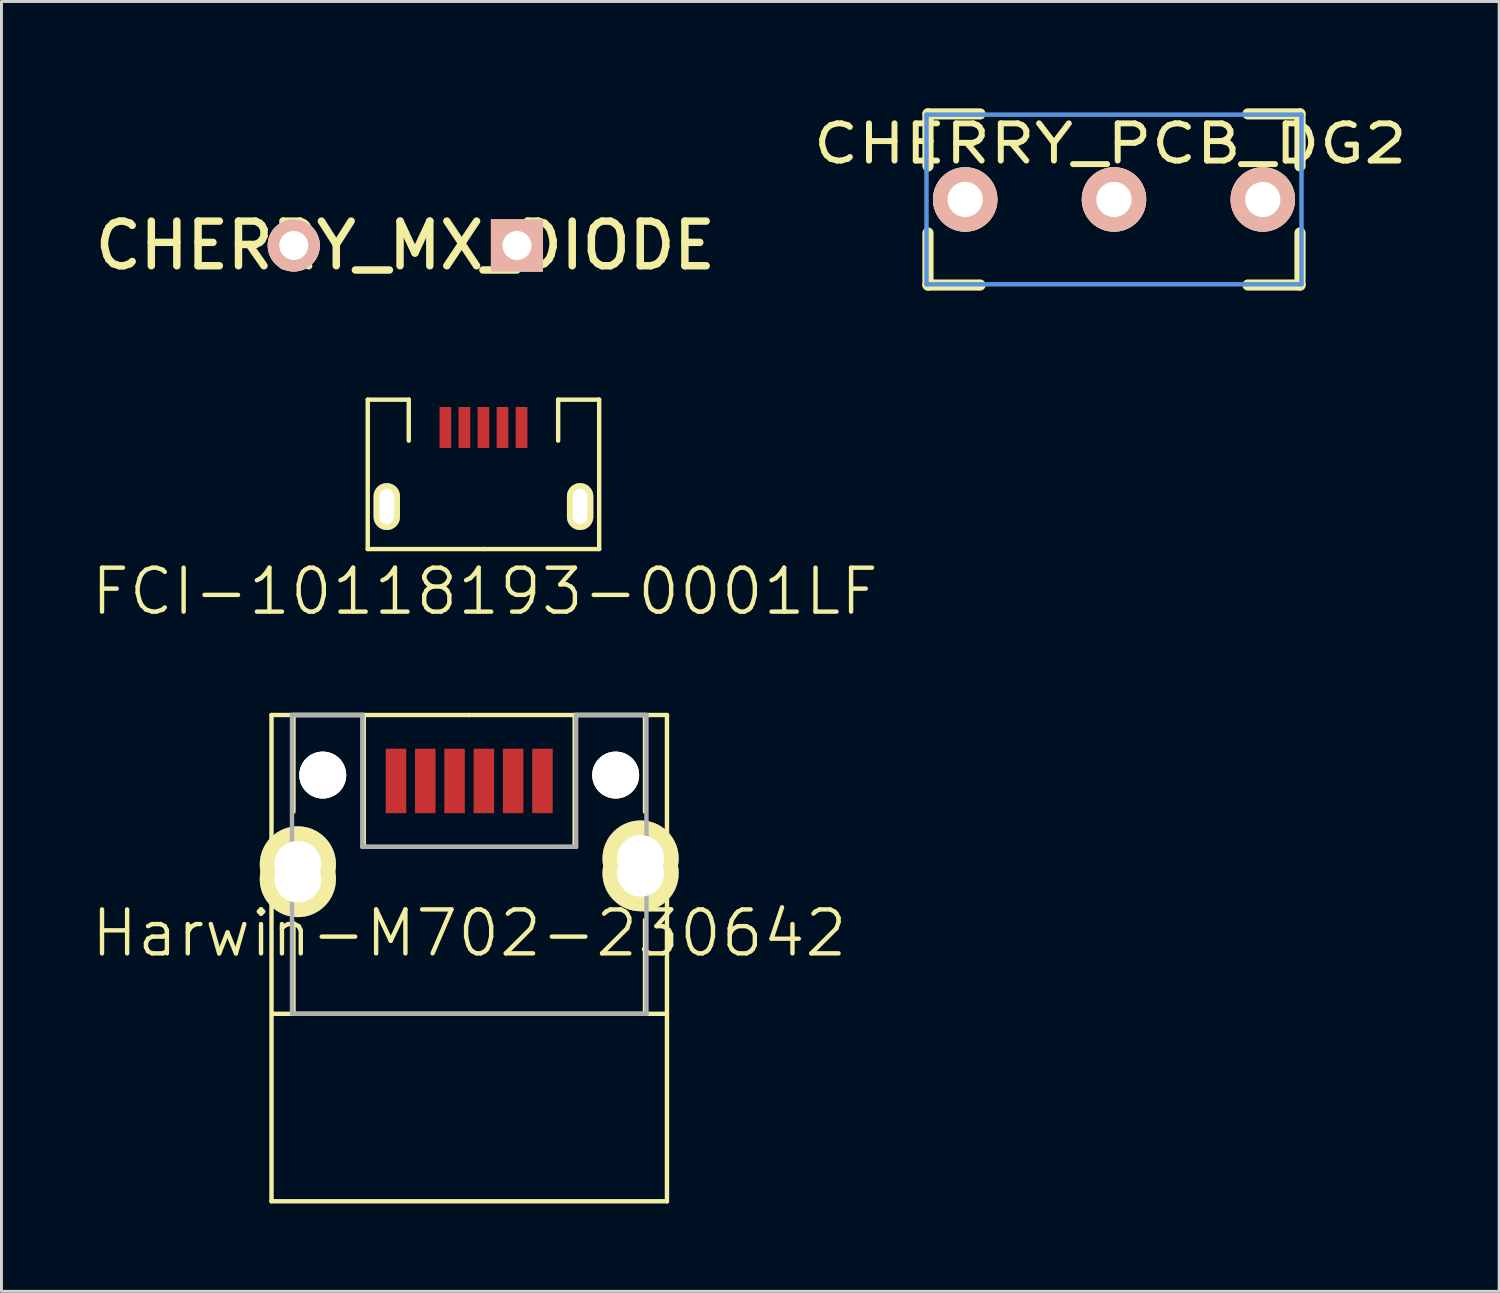
<source format=kicad_pcb>
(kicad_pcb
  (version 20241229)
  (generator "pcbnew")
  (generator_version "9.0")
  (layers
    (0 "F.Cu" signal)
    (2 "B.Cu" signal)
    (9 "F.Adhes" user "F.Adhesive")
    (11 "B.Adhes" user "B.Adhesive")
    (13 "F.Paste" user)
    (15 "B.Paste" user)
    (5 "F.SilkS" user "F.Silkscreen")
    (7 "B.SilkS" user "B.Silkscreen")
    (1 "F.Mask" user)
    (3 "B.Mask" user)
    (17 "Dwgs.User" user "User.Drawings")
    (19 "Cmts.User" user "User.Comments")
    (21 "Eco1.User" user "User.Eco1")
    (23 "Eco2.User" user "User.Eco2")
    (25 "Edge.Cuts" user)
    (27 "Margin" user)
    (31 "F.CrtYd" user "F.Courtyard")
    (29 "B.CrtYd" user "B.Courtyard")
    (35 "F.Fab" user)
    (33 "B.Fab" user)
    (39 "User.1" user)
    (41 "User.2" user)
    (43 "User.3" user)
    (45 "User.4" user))
  (footprint "CHERRY_MX_DIODE"
    (layer "F.Cu")
    (at 10.788 0.25)
    (property "Reference" "CHERRY_MX_DIODE" (at 0 5.08 0) (layer "F.SilkS") (effects (font (size 1.524 1.524) (thickness 0.254))))
    (attr through_hole)
    (pad "1" thru_hole rect (at 3.81 5.08) (size 1.778 1.778) (drill 0.991) (layers "*.Cu" "*.SilkS" "*.Mask"))
    (pad "2" thru_hole circle (at -3.81 5.08) (size 1.778 1.778) (drill 0.991) (layers "*.Cu" "*.SilkS" "*.Mask")))
  (footprint "FCI-10118193-0001LF"
    (layer "F.Cu")
    (at 13.454 14.243)
    (property "Reference" "FCI-10118193-0001LF" (at 0.05 2.9 0) (layer "F.SilkS") (effects (font (size 1.5 1.5) (thickness 0.15))))
    (attr through_hole)
    (fp_line (start -3.95 -3.65) (end -2.55 -3.65) (stroke (width 0.15) (type solid)) (layer "F.SilkS"))
    (fp_line (start -3.95 1.45) (end -3.95 -3.65) (stroke (width 0.15) (type solid)) (layer "F.SilkS"))
    (fp_line (start -2.55 -3.65) (end -2.55 -2.25) (stroke (width 0.15) (type solid)) (layer "F.SilkS"))
    (fp_line (start 0 1.45) (end -3.95 1.45) (stroke (width 0.15) (type solid)) (layer "F.SilkS"))
    (fp_line (start 0 1.45) (end 3.95 1.45) (stroke (width 0.15) (type solid)) (layer "F.SilkS"))
    (fp_line (start 2.55 -3.65) (end 2.55 -2.25) (stroke (width 0.15) (type solid)) (layer "F.SilkS"))
    (fp_line (start 3.95 -3.65) (end 2.55 -3.65) (stroke (width 0.15) (type solid)) (layer "F.SilkS"))
    (fp_line (start 3.95 1.45) (end 3.95 -3.65) (stroke (width 0.15) (type solid)) (layer "F.SilkS"))
    (pad "" thru_hole oval (at -3.3 0) (size 0.9 1.6) (drill oval 0.5 1.2) (layers "*.Cu" "*.Mask" "F.SilkS"))
    (pad "" thru_hole oval (at 3.3 0) (size 0.9 1.6) (drill oval 0.5 1.2) (layers "*.Cu" "*.Mask" "F.SilkS"))
    (pad "1" smd rect (at -1.3 -2.7) (size 0.4 1.4) (layers "F.Cu" "F.Mask" "F.Paste"))
    (pad "2" smd rect (at -0.65 -2.7) (size 0.4 1.4) (layers "F.Cu" "F.Mask" "F.Paste"))
    (pad "3" smd rect (at 0 -2.7) (size 0.4 1.4) (layers "F.Cu" "F.Mask" "F.Paste"))
    (pad "4" smd rect (at 0.65 -2.7) (size 0.4 1.4) (layers "F.Cu" "F.Mask" "F.Paste"))
    (pad "5" smd rect (at 1.3 -2.7) (size 0.4 1.4) (layers "F.Cu" "F.Mask" "F.Paste")))
  (footprint "CHERRY_PCB_DG2"
    (layer "F.Cu")
    (at 34.979 3.759)
    (property "Reference" "CHERRY_PCB_DG2" (at -0.127 -1.905 0) (layer "F.SilkS") (effects (font (size 1.27 1.524) (thickness 0.203))))
    (attr through_hole)
    (fp_line (start -6.35 -2.921) (end -4.572 -2.921) (stroke (width 0.381) (type solid)) (layer "F.SilkS"))
    (fp_line (start -6.35 -1.143) (end -6.35 -2.921) (stroke (width 0.381) (type solid)) (layer "F.SilkS"))
    (fp_line (start -6.35 2.921) (end -6.35 1.143) (stroke (width 0.381) (type solid)) (layer "F.SilkS"))
    (fp_line (start -4.572 2.921) (end -6.35 2.921) (stroke (width 0.381) (type solid)) (layer "F.SilkS"))
    (fp_line (start 4.572 -2.921) (end 6.35 -2.921) (stroke (width 0.381) (type solid)) (layer "F.SilkS"))
    (fp_line (start 6.35 -2.921) (end 6.35 -1.143) (stroke (width 0.381) (type solid)) (layer "F.SilkS"))
    (fp_line (start 6.35 1.143) (end 6.35 2.921) (stroke (width 0.381) (type solid)) (layer "F.SilkS"))
    (fp_line (start 6.35 2.921) (end 4.572 2.921) (stroke (width 0.381) (type solid)) (layer "F.SilkS"))
    (fp_line (start -6.401 -2.896) (end 6.401 -2.896) (stroke (width 0.152) (type solid)) (layer "Cmts.User"))
    (fp_line (start -6.401 2.896) (end -6.401 -2.896) (stroke (width 0.152) (type solid)) (layer "Cmts.User"))
    (fp_line (start 6.401 -2.896) (end 6.401 2.896) (stroke (width 0.152) (type solid)) (layer "Cmts.User"))
    (fp_line (start 6.401 2.896) (end -6.401 2.896) (stroke (width 0.152) (type solid)) (layer "Cmts.User"))
    (fp_line (start -6.985 -3.683) (end 6.985 -3.683) (stroke (width 0.152) (type solid)) (layer "Eco2.User"))
    (fp_line (start -6.985 3.683) (end -6.985 -3.683) (stroke (width 0.152) (type solid)) (layer "Eco2.User"))
    (fp_line (start 6.985 -3.683) (end 6.985 3.683) (stroke (width 0.152) (type solid)) (layer "Eco2.User"))
    (fp_line (start 6.985 3.683) (end -6.985 3.683) (stroke (width 0.152) (type solid)) (layer "Eco2.User"))
    (pad "1" thru_hole circle (at 5.08 0) (size 2.2 2.2) (drill 1.2) (layers "*.Cu" "*.SilkS" "*.Mask"))
    (pad "2" thru_hole circle (at 0 0) (size 2.2 2.2) (drill 1.2) (layers "*.Cu" "*.SilkS" "*.Mask"))
    (pad "3" thru_hole circle (at -5.08 0) (size 2.2 2.2) (drill 1.2) (layers "*.Cu" "*.SilkS" "*.Mask")))
  (footprint "Harwin-M702-230642"
    (layer "F.Cu")
    (at 12.968 28.059)
    (property "Reference" "Harwin-M702-230642" (at 0 0.75 0) (layer "F.SilkS") (effects (font (size 1.5 1.5) (thickness 0.15))))
    (attr through_hole)
    (fp_line (start -6.75 -6.7) (end -6.75 9.9) (stroke (width 0.15) (type solid)) (layer "F.SilkS"))
    (fp_line (start -6.75 9.9) (end 6.75 9.9) (stroke (width 0.15) (type solid)) (layer "F.SilkS"))
    (fp_line (start -6 -3.4) (end -6 -6.7) (stroke (width 0.15) (type solid)) (layer "F.SilkS"))
    (fp_line (start -6 0.4) (end -6 3.5) (stroke (width 0.15) (type solid)) (layer "F.SilkS"))
    (fp_line (start -3.6 -6.7) (end -6 -6.7) (stroke (width 0.15) (type solid)) (layer "F.SilkS"))
    (fp_line (start -3.6 -2.2) (end -3.6 -6.7) (stroke (width 0.15) (type solid)) (layer "F.SilkS"))
    (fp_line (start 0 -6.7) (end -6.75 -6.7) (stroke (width 0.15) (type solid)) (layer "F.SilkS"))
    (fp_line (start 3.6 -6.7) (end 3.6 -2.2) (stroke (width 0.15) (type solid)) (layer "F.SilkS"))
    (fp_line (start 3.6 -2.2) (end -3.6 -2.2) (stroke (width 0.15) (type solid)) (layer "F.SilkS"))
    (fp_line (start 6 -6.7) (end 3.6 -6.7) (stroke (width 0.15) (type solid)) (layer "F.SilkS"))
    (fp_line (start 6 -3.4) (end 6 -6.7) (stroke (width 0.15) (type solid)) (layer "F.SilkS"))
    (fp_line (start 6 3.5) (end 6 0.3) (stroke (width 0.15) (type solid)) (layer "F.SilkS"))
    (fp_line (start 6.7 3.5) (end -6.7 3.5) (stroke (width 0.15) (type solid)) (layer "F.SilkS"))
    (fp_line (start 6.75 -6.7) (end 0 -6.7) (stroke (width 0.15) (type solid)) (layer "F.SilkS"))
    (fp_line (start 6.75 9.9) (end 6.75 -6.7) (stroke (width 0.15) (type solid)) (layer "F.SilkS"))
    (fp_line (start -6.05 -6.7) (end -3.65 -6.7) (stroke (width 0.15) (type solid)) (layer "F.Fab"))
    (fp_line (start -6.05 0) (end -6.05 -6.7) (stroke (width 0.15) (type solid)) (layer "F.Fab"))
    (fp_line (start -6.05 3.5) (end -6.05 0) (stroke (width 0.15) (type solid)) (layer "F.Fab"))
    (fp_line (start -3.65 -6.7) (end -3.65 -2.2) (stroke (width 0.15) (type solid)) (layer "F.Fab"))
    (fp_line (start -3.65 -2.2) (end 3.65 -2.2) (stroke (width 0.15) (type solid)) (layer "F.Fab"))
    (fp_line (start 0 3.5) (end -6.05 3.5) (stroke (width 0.15) (type solid)) (layer "F.Fab"))
    (fp_line (start 0 3.5) (end 6.05 3.5) (stroke (width 0.15) (type solid)) (layer "F.Fab"))
    (fp_line (start 3.65 -6.7) (end 3.65 -2.2) (stroke (width 0.15) (type solid)) (layer "F.Fab"))
    (fp_line (start 6.05 -6.7) (end 3.65 -6.7) (stroke (width 0.15) (type solid)) (layer "F.Fab"))
    (fp_line (start 6.05 0) (end 6.05 -6.7) (stroke (width 0.15) (type solid)) (layer "F.Fab"))
    (fp_line (start 6.05 3.5) (end 6.05 0) (stroke (width 0.15) (type solid)) (layer "F.Fab"))
    (pad "" thru_hole circle (at -5.85 -1.6) (size 2.6 2.6) (drill 1.6) (layers "*.Cu" "*.Mask" "F.SilkS"))
    (pad "" thru_hole circle (at -5.85 -1.1) (size 2.6 2.6) (drill 1.6) (layers "*.Cu" "*.Mask" "F.SilkS"))
    (pad "" thru_hole circle (at -5 -4.65) (size 1.6 1.6) (drill 1.6) (layers "*.Cu" "*.Mask" "F.SilkS"))
    (pad "" thru_hole circle (at 5 -4.65) (size 1.6 1.6) (drill 1.6) (layers "*.Cu" "*.Mask" "F.SilkS"))
    (pad "" thru_hole circle (at 5.85 -1.8) (size 2.6 2.6) (drill 1.6) (layers "*.Cu" "*.Mask" "F.SilkS"))
    (pad "" thru_hole circle (at 5.85 -1.3) (size 2.6 2.6) (drill 1.6) (layers "*.Cu" "*.Mask" "F.SilkS"))
    (pad "1" smd rect (at -2.5 -4.45) (size 0.7 2.2) (layers "F.Cu" "F.Mask" "F.Paste"))
    (pad "2" smd rect (at -1.5 -4.45) (size 0.7 2.2) (layers "F.Cu" "F.Mask" "F.Paste"))
    (pad "3" smd rect (at -0.5 -4.45) (size 0.7 2.2) (layers "F.Cu" "F.Mask" "F.Paste"))
    (pad "4" smd rect (at 0.5 -4.45) (size 0.7 2.2) (layers "F.Cu" "F.Mask" "F.Paste"))
    (pad "5" smd rect (at 1.5 -4.45) (size 0.7 2.2) (layers "F.Cu" "F.Mask" "F.Paste"))
    (pad "6" smd rect (at 2.5 -4.45) (size 0.7 2.2) (layers "F.Cu" "F.Mask" "F.Paste")))
  (gr_rect
    (start -3 -3)
    (end 48.128 41.034)
    (stroke (width 0.1) (type default))
    (fill no)
    (layer "Edge.Cuts")))
</source>
